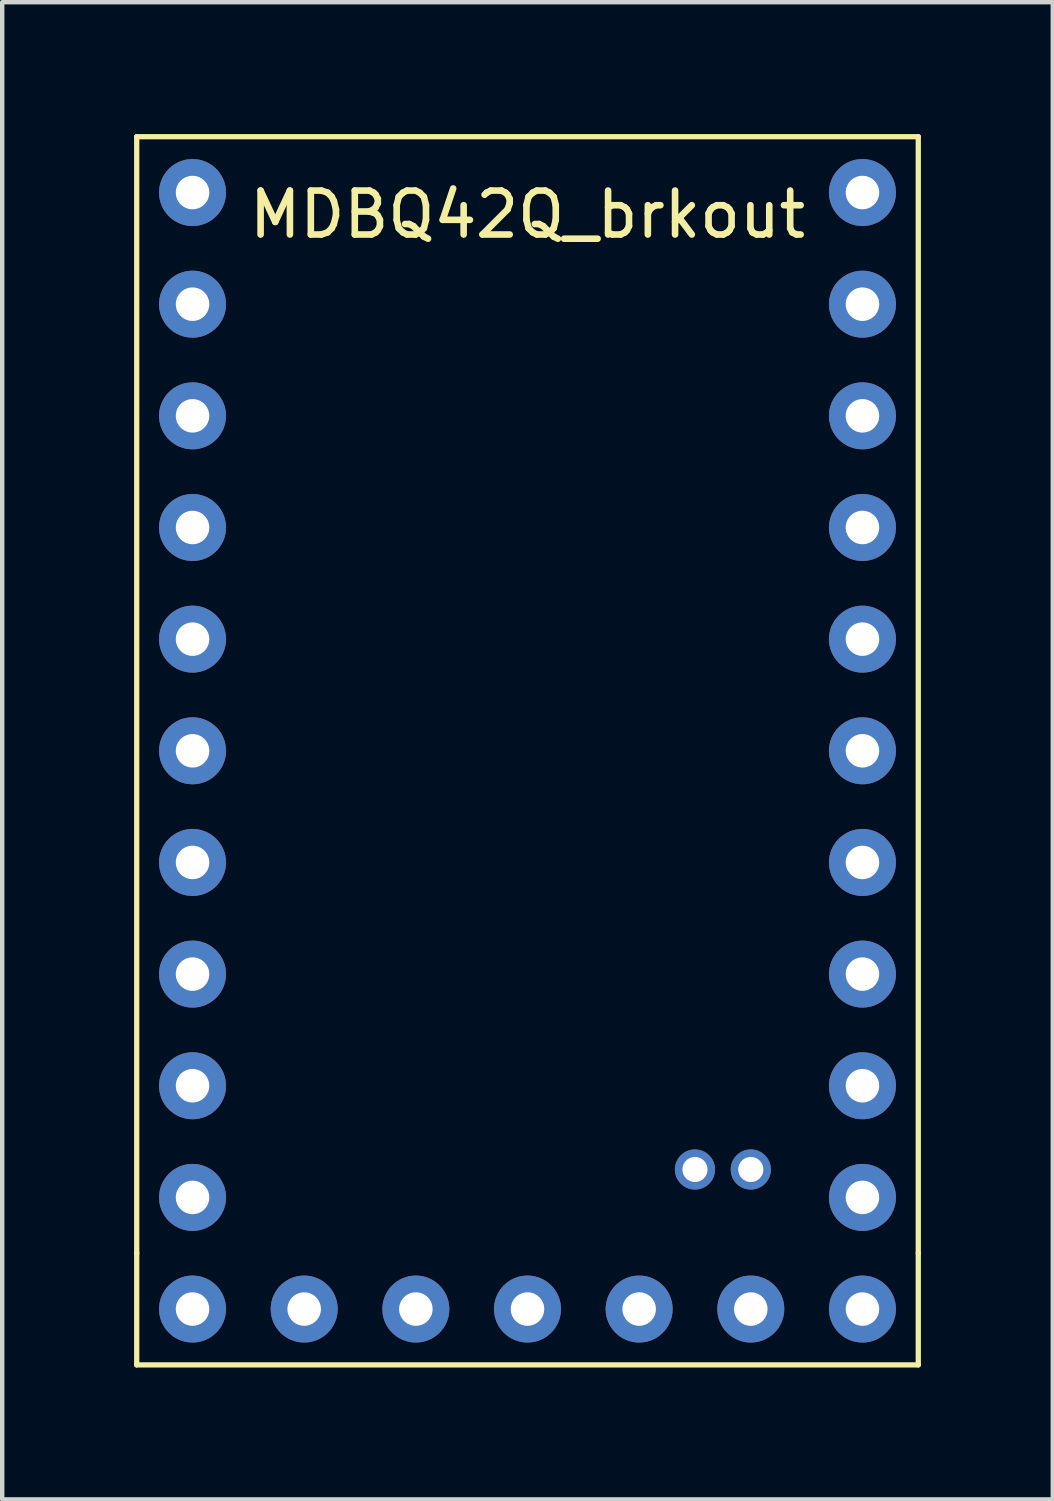
<source format=kicad_pcb>
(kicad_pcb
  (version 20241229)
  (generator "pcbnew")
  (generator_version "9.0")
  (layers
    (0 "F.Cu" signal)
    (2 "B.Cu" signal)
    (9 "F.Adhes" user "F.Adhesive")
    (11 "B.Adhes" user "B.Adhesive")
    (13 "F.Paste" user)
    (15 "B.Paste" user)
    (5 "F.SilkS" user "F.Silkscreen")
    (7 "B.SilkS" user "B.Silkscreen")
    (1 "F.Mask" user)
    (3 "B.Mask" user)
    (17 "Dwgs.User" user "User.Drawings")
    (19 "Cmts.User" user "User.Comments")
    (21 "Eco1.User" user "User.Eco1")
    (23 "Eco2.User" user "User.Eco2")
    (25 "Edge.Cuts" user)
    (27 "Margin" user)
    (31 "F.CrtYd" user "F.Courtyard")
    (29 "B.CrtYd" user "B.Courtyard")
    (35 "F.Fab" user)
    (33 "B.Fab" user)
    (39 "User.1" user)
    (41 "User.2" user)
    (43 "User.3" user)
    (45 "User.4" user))
  (footprint "MDBQ42Q_brkout"
    (layer "F.Cu")
    (at 8.95 1.33)
    (property "Reference" "MDBQ42Q_brkout" (at 0 0.5 0) (layer "F.SilkS") (effects (font (size 1 1) (thickness 0.15))))
    (attr through_hole)
    (fp_line (start -8.89 -1.27) (end -8.89 24.13) (stroke (width 0.12) (type solid)) (layer "F.SilkS"))
    (fp_line (start -8.89 24.13) (end -8.89 26.67) (stroke (width 0.12) (type solid)) (layer "F.SilkS"))
    (fp_line (start -8.89 26.67) (end 8.89 26.67) (stroke (width 0.12) (type solid)) (layer "F.SilkS"))
    (fp_line (start 8.89 -1.27) (end -8.89 -1.27) (stroke (width 0.12) (type solid)) (layer "F.SilkS"))
    (fp_line (start 8.89 24.13) (end 8.89 -1.27) (stroke (width 0.12) (type solid)) (layer "F.SilkS"))
    (fp_line (start 8.89 26.67) (end 8.89 24.13) (stroke (width 0.12) (type solid)) (layer "F.SilkS"))
    (pad "1" thru_hole circle (at -7.62 0) (size 1.524 1.524) (drill 0.762) (layers "*.Cu" "*.Mask"))
    (pad "2" thru_hole circle (at -7.62 2.54) (size 1.524 1.524) (drill 0.762) (layers "*.Cu" "*.Mask"))
    (pad "3" thru_hole circle (at -7.62 5.08) (size 1.524 1.524) (drill 0.762) (layers "*.Cu" "*.Mask"))
    (pad "4" thru_hole circle (at -7.62 7.62) (size 1.524 1.524) (drill 0.762) (layers "*.Cu" "*.Mask"))
    (pad "5" thru_hole circle (at -7.62 10.16) (size 1.524 1.524) (drill 0.762) (layers "*.Cu" "*.Mask"))
    (pad "6" thru_hole circle (at -7.62 12.7) (size 1.524 1.524) (drill 0.762) (layers "*.Cu" "*.Mask"))
    (pad "7" thru_hole circle (at -7.62 15.24) (size 1.524 1.524) (drill 0.762) (layers "*.Cu" "*.Mask"))
    (pad "8" thru_hole circle (at -7.62 17.78) (size 1.524 1.524) (drill 0.762) (layers "*.Cu" "*.Mask"))
    (pad "9" thru_hole circle (at -7.62 20.32) (size 1.524 1.524) (drill 0.762) (layers "*.Cu" "*.Mask"))
    (pad "10" thru_hole circle (at -7.62 22.86) (size 1.524 1.524) (drill 0.762) (layers "*.Cu" "*.Mask"))
    (pad "11" thru_hole circle (at -7.62 25.4) (size 1.524 1.524) (drill 0.762) (layers "*.Cu" "*.Mask"))
    (pad "12" thru_hole circle (at -5.08 25.4) (size 1.524 1.524) (drill 0.762) (layers "*.Cu" "*.Mask"))
    (pad "13" thru_hole circle (at -2.54 25.4) (size 1.524 1.524) (drill 0.762) (layers "*.Cu" "*.Mask"))
    (pad "14" thru_hole circle (at 0 25.4) (size 1.524 1.524) (drill 0.762) (layers "*.Cu" "*.Mask"))
    (pad "15" thru_hole circle (at 2.54 25.4) (size 1.524 1.524) (drill 0.762) (layers "*.Cu" "*.Mask"))
    (pad "16" thru_hole circle (at 5.08 25.4) (size 1.524 1.524) (drill 0.762) (layers "*.Cu" "*.Mask"))
    (pad "17" thru_hole circle (at 7.62 25.4) (size 1.524 1.524) (drill 0.762) (layers "*.Cu" "*.Mask"))
    (pad "18" thru_hole circle (at 7.62 22.86) (size 1.524 1.524) (drill 0.762) (layers "*.Cu" "*.Mask"))
    (pad "19" thru_hole circle (at 7.62 20.32) (size 1.524 1.524) (drill 0.762) (layers "*.Cu" "*.Mask"))
    (pad "20" thru_hole circle (at 7.62 17.78) (size 1.524 1.524) (drill 0.762) (layers "*.Cu" "*.Mask"))
    (pad "21" thru_hole circle (at 7.62 15.24) (size 1.524 1.524) (drill 0.762) (layers "*.Cu" "*.Mask"))
    (pad "22" thru_hole circle (at 7.62 12.7) (size 1.524 1.524) (drill 0.762) (layers "*.Cu" "*.Mask"))
    (pad "23" thru_hole circle (at 7.62 10.16) (size 1.524 1.524) (drill 0.762) (layers "*.Cu" "*.Mask"))
    (pad "24" thru_hole circle (at 7.62 7.62) (size 1.524 1.524) (drill 0.762) (layers "*.Cu" "*.Mask"))
    (pad "25" thru_hole circle (at 7.62 5.08) (size 1.524 1.524) (drill 0.762) (layers "*.Cu" "*.Mask"))
    (pad "26" thru_hole circle (at 7.62 2.54) (size 1.524 1.524) (drill 0.762) (layers "*.Cu" "*.Mask"))
    (pad "27" thru_hole circle (at 7.62 0) (size 1.524 1.524) (drill 0.762) (layers "*.Cu" "*.Mask"))
    (pad "28" thru_hole circle (at 5.08 22.225) (size 0.914 0.914) (drill 0.572) (layers "*.Cu" "*.Mask"))
    (pad "29" thru_hole circle (at 3.81 22.225) (size 0.914 0.914) (drill 0.572) (layers "*.Cu" "*.Mask")))
  (gr_rect
    (start -3 -3)
    (end 20.9 31.06)
    (stroke (width 0.1) (type default))
    (fill no)
    (layer "Edge.Cuts")))
</source>
